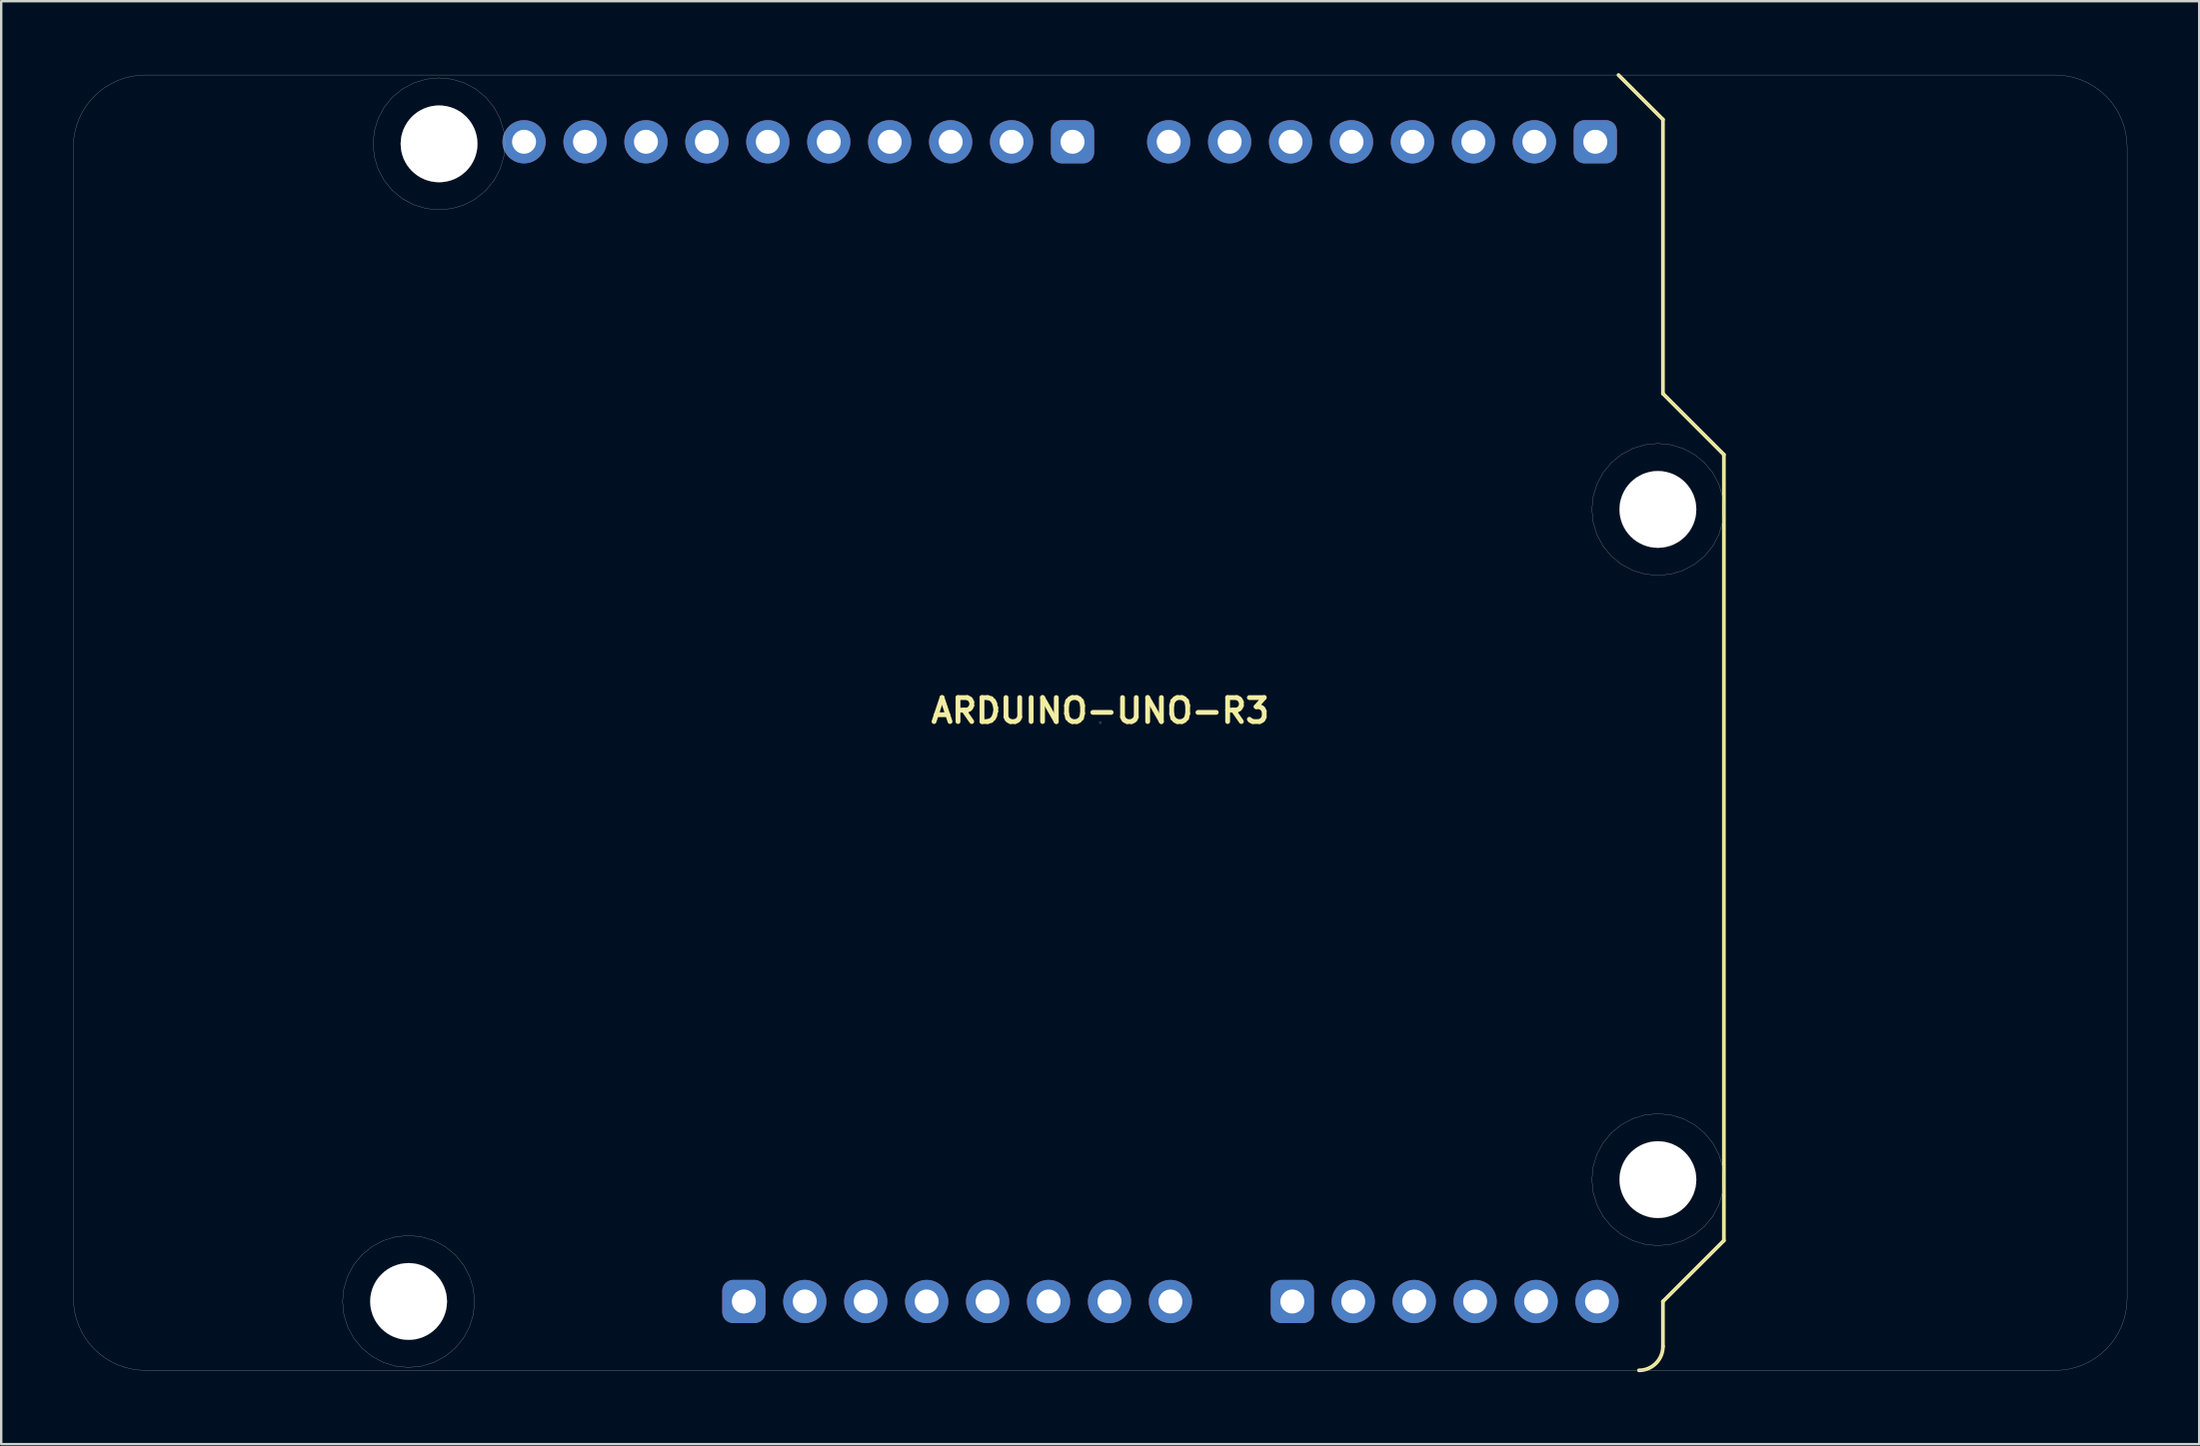
<source format=kicad_pcb>
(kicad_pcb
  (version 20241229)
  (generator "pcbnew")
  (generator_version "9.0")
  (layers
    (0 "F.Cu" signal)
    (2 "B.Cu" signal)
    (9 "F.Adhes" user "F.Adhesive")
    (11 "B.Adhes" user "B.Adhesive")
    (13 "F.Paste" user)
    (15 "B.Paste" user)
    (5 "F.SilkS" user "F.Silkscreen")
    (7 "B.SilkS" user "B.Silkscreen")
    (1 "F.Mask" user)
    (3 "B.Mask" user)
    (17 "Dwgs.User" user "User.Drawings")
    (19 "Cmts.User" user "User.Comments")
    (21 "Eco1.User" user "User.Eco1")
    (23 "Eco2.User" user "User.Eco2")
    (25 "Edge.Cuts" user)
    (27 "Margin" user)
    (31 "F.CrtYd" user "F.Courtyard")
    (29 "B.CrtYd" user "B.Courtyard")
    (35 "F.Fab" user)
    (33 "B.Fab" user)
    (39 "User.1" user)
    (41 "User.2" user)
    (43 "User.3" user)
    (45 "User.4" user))
  (footprint "ARDUINO-UNO-R3"
    (layer "F.Cu")
    (at 15.25 2.947)
    (property "Reference" "ARDUINO-UNO-R3" (at 27.558 23.631 0) (unlocked yes) (layer "F.SilkS") (effects (font (size 1 1) (thickness 0.2) (bold yes))))
    (attr through_hole)
    (fp_line (start 51.01 -1.016) (end 49.156 -2.87) (stroke (width 0.154) (type default)) (layer "F.SilkS"))
    (fp_line (start 51.01 10.414) (end 51.01 -1.016) (stroke (width 0.154) (type default)) (layer "F.SilkS"))
    (fp_line (start 51.01 48.26) (end 53.55 45.721) (stroke (width 0.154) (type default)) (layer "F.SilkS"))
    (fp_line (start 51.01 50.131) (end 51.01 48.26) (stroke (width 0.154) (type default)) (layer "F.SilkS"))
    (fp_line (start 53.55 12.955) (end 51.01 10.414) (stroke (width 0.154) (type default)) (layer "F.SilkS"))
    (fp_line (start 53.55 45.721) (end 53.55 12.955) (stroke (width 0.154) (type default)) (layer "F.SilkS"))
    (fp_arc (start 51.0099 50.1313) (mid 50.717007 50.838407) (end 50.0099 51.1313) (stroke (width 0.154) (type default)) (layer "F.SilkS"))
    (fp_line (start -15.24 48.131) (end -15.24 0.13) (stroke (width 0.01) (type default)) (layer "F.Fab"))
    (fp_line (start -15.24 48.131) (end -15.225 48.428) (stroke (width 0.01) (type default)) (layer "F.Fab"))
    (fp_line (start -15.23 -0.166) (end -15.245 0.13) (stroke (width 0.01) (type default)) (layer "F.Fab"))
    (fp_line (start -15.225 48.428) (end -15.182 48.719) (stroke (width 0.01) (type default)) (layer "F.Fab"))
    (fp_line (start -15.187 -0.458) (end -15.23 -0.166) (stroke (width 0.01) (type default)) (layer "F.Fab"))
    (fp_line (start -15.182 48.719) (end -15.11 49.004) (stroke (width 0.01) (type default)) (layer "F.Fab"))
    (fp_line (start -15.116 -0.742) (end -15.187 -0.458) (stroke (width 0.01) (type default)) (layer "F.Fab"))
    (fp_line (start -15.11 49.004) (end -15.012 49.279) (stroke (width 0.01) (type default)) (layer "F.Fab"))
    (fp_line (start -15.017 -1.018) (end -15.116 -0.742) (stroke (width 0.01) (type default)) (layer "F.Fab"))
    (fp_line (start -15.012 49.279) (end -14.887 49.544) (stroke (width 0.01) (type default)) (layer "F.Fab"))
    (fp_line (start -14.892 -1.282) (end -15.017 -1.018) (stroke (width 0.01) (type default)) (layer "F.Fab"))
    (fp_line (start -14.887 49.544) (end -14.736 49.795) (stroke (width 0.01) (type default)) (layer "F.Fab"))
    (fp_line (start -14.741 -1.534) (end -14.892 -1.282) (stroke (width 0.01) (type default)) (layer "F.Fab"))
    (fp_line (start -14.736 49.795) (end -14.561 50.032) (stroke (width 0.01) (type default)) (layer "F.Fab"))
    (fp_line (start -14.566 -1.771) (end -14.741 -1.534) (stroke (width 0.01) (type default)) (layer "F.Fab"))
    (fp_line (start -14.561 50.032) (end -14.362 50.252) (stroke (width 0.01) (type default)) (layer "F.Fab"))
    (fp_line (start -14.366 -1.991) (end -14.566 -1.771) (stroke (width 0.01) (type default)) (layer "F.Fab"))
    (fp_line (start -14.362 50.252) (end -14.142 50.451) (stroke (width 0.01) (type default)) (layer "F.Fab"))
    (fp_line (start -14.146 -2.19) (end -14.366 -1.991) (stroke (width 0.01) (type default)) (layer "F.Fab"))
    (fp_line (start -14.142 50.451) (end -13.905 50.627) (stroke (width 0.01) (type default)) (layer "F.Fab"))
    (fp_line (start -13.909 -2.365) (end -14.146 -2.19) (stroke (width 0.01) (type default)) (layer "F.Fab"))
    (fp_line (start -13.905 50.627) (end -13.653 50.777) (stroke (width 0.01) (type default)) (layer "F.Fab"))
    (fp_line (start -13.658 -2.516) (end -13.909 -2.365) (stroke (width 0.01) (type default)) (layer "F.Fab"))
    (fp_line (start -13.653 50.777) (end -13.389 50.903) (stroke (width 0.01) (type default)) (layer "F.Fab"))
    (fp_line (start -13.393 -2.641) (end -13.658 -2.516) (stroke (width 0.01) (type default)) (layer "F.Fab"))
    (fp_line (start -13.389 50.903) (end -13.113 51.001) (stroke (width 0.01) (type default)) (layer "F.Fab"))
    (fp_line (start -13.118 -2.74) (end -13.393 -2.641) (stroke (width 0.01) (type default)) (layer "F.Fab"))
    (fp_line (start -13.113 51.001) (end -12.829 51.073) (stroke (width 0.01) (type default)) (layer "F.Fab"))
    (fp_line (start -12.834 -2.812) (end -13.118 -2.74) (stroke (width 0.01) (type default)) (layer "F.Fab"))
    (fp_line (start -12.829 51.073) (end -12.537 51.117) (stroke (width 0.01) (type default)) (layer "F.Fab"))
    (fp_line (start -12.542 -2.855) (end -12.834 -2.812) (stroke (width 0.01) (type default)) (layer "F.Fab"))
    (fp_line (start -12.537 51.117) (end -12.241 51.131) (stroke (width 0.01) (type default)) (layer "F.Fab"))
    (fp_line (start -12.245 -2.87) (end -12.542 -2.855) (stroke (width 0.01) (type default)) (layer "F.Fab"))
    (fp_line (start -12.245 -2.87) (end 67.356 -2.87) (stroke (width 0.01) (type default)) (layer "F.Fab"))
    (fp_line (start -12.241 51.131) (end 67.345 51.131) (stroke (width 0.01) (type default)) (layer "F.Fab"))
    (fp_line (start -4.021 48.26) (end -3.968 48.797) (stroke (width 0.01) (type default)) (layer "F.Fab"))
    (fp_line (start -3.968 47.724) (end -4.021 48.26) (stroke (width 0.01) (type default)) (layer "F.Fab"))
    (fp_line (start -3.968 48.797) (end -3.811 49.313) (stroke (width 0.01) (type default)) (layer "F.Fab"))
    (fp_line (start -3.811 47.208) (end -3.968 47.724) (stroke (width 0.01) (type default)) (layer "F.Fab"))
    (fp_line (start -3.811 49.313) (end -3.557 49.788) (stroke (width 0.01) (type default)) (layer "F.Fab"))
    (fp_line (start -3.557 46.732) (end -3.811 47.208) (stroke (width 0.01) (type default)) (layer "F.Fab"))
    (fp_line (start -3.557 49.788) (end -3.215 50.205) (stroke (width 0.01) (type default)) (layer "F.Fab"))
    (fp_line (start -3.215 46.316) (end -3.557 46.732) (stroke (width 0.01) (type default)) (layer "F.Fab"))
    (fp_line (start -3.215 50.205) (end -2.798 50.547) (stroke (width 0.01) (type default)) (layer "F.Fab"))
    (fp_line (start -2.87 48.26) (end -2.84 48.572) (stroke (width 0.01) (type default)) (layer "F.Fab"))
    (fp_line (start -2.84 47.948) (end -2.87 48.26) (stroke (width 0.01) (type default)) (layer "F.Fab"))
    (fp_line (start -2.84 48.572) (end -2.749 48.872) (stroke (width 0.01) (type default)) (layer "F.Fab"))
    (fp_line (start -2.798 45.974) (end -3.215 46.316) (stroke (width 0.01) (type default)) (layer "F.Fab"))
    (fp_line (start -2.798 50.547) (end -2.323 50.801) (stroke (width 0.01) (type default)) (layer "F.Fab"))
    (fp_line (start -2.75 0) (end -2.697 0.536) (stroke (width 0.01) (type default)) (layer "F.Fab"))
    (fp_line (start -2.749 47.648) (end -2.84 47.948) (stroke (width 0.01) (type default)) (layer "F.Fab"))
    (fp_line (start -2.749 48.872) (end -2.601 49.149) (stroke (width 0.01) (type default)) (layer "F.Fab"))
    (fp_line (start -2.697 -0.536) (end -2.75 0) (stroke (width 0.01) (type default)) (layer "F.Fab"))
    (fp_line (start -2.697 0.536) (end -2.541 1.052) (stroke (width 0.01) (type default)) (layer "F.Fab"))
    (fp_line (start -2.601 47.371) (end -2.749 47.648) (stroke (width 0.01) (type default)) (layer "F.Fab"))
    (fp_line (start -2.601 49.149) (end -2.402 49.392) (stroke (width 0.01) (type default)) (layer "F.Fab"))
    (fp_line (start -2.541 -1.052) (end -2.697 -0.536) (stroke (width 0.01) (type default)) (layer "F.Fab"))
    (fp_line (start -2.541 1.052) (end -2.287 1.528) (stroke (width 0.01) (type default)) (layer "F.Fab"))
    (fp_line (start -2.402 47.129) (end -2.601 47.371) (stroke (width 0.01) (type default)) (layer "F.Fab"))
    (fp_line (start -2.402 49.392) (end -2.159 49.591) (stroke (width 0.01) (type default)) (layer "F.Fab"))
    (fp_line (start -2.323 45.72) (end -2.798 45.974) (stroke (width 0.01) (type default)) (layer "F.Fab"))
    (fp_line (start -2.323 50.801) (end -1.807 50.957) (stroke (width 0.01) (type default)) (layer "F.Fab"))
    (fp_line (start -2.287 -1.528) (end -2.541 -1.052) (stroke (width 0.01) (type default)) (layer "F.Fab"))
    (fp_line (start -2.287 1.528) (end -1.945 1.945) (stroke (width 0.01) (type default)) (layer "F.Fab"))
    (fp_line (start -2.159 46.93) (end -2.402 47.129) (stroke (width 0.01) (type default)) (layer "F.Fab"))
    (fp_line (start -2.159 49.591) (end -1.883 49.738) (stroke (width 0.01) (type default)) (layer "F.Fab"))
    (fp_line (start -1.945 -1.945) (end -2.287 -1.528) (stroke (width 0.01) (type default)) (layer "F.Fab"))
    (fp_line (start -1.945 1.945) (end -1.528 2.287) (stroke (width 0.01) (type default)) (layer "F.Fab"))
    (fp_line (start -1.883 46.782) (end -2.159 46.93) (stroke (width 0.01) (type default)) (layer "F.Fab"))
    (fp_line (start -1.883 49.738) (end -1.583 49.829) (stroke (width 0.01) (type default)) (layer "F.Fab"))
    (fp_line (start -1.807 45.563) (end -2.323 45.72) (stroke (width 0.01) (type default)) (layer "F.Fab"))
    (fp_line (start -1.807 50.957) (end -1.27 51.01) (stroke (width 0.01) (type default)) (layer "F.Fab"))
    (fp_line (start -1.771 48.26) (end -0.77 48.26) (stroke (width 0.01) (type default)) (layer "F.Fab"))
    (fp_line (start -1.6 0) (end -1.569 0.312) (stroke (width 0.01) (type default)) (layer "F.Fab"))
    (fp_line (start -1.583 46.691) (end -1.883 46.782) (stroke (width 0.01) (type default)) (layer "F.Fab"))
    (fp_line (start -1.583 49.829) (end -1.27 49.86) (stroke (width 0.01) (type default)) (layer "F.Fab"))
    (fp_line (start -1.569 -0.312) (end -1.6 0) (stroke (width 0.01) (type default)) (layer "F.Fab"))
    (fp_line (start -1.569 0.312) (end -1.478 0.612) (stroke (width 0.01) (type default)) (layer "F.Fab"))
    (fp_line (start -1.528 -2.287) (end -1.945 -1.945) (stroke (width 0.01) (type default)) (layer "F.Fab"))
    (fp_line (start -1.528 2.287) (end -1.052 2.541) (stroke (width 0.01) (type default)) (layer "F.Fab"))
    (fp_line (start -1.478 -0.612) (end -1.569 -0.312) (stroke (width 0.01) (type default)) (layer "F.Fab"))
    (fp_line (start -1.478 0.612) (end -1.33 0.889) (stroke (width 0.01) (type default)) (layer "F.Fab"))
    (fp_line (start -1.33 -0.889) (end -1.478 -0.612) (stroke (width 0.01) (type default)) (layer "F.Fab"))
    (fp_line (start -1.33 0.889) (end -1.131 1.131) (stroke (width 0.01) (type default)) (layer "F.Fab"))
    (fp_line (start -1.27 45.51) (end -1.807 45.563) (stroke (width 0.01) (type default)) (layer "F.Fab"))
    (fp_line (start -1.27 46.66) (end -1.583 46.691) (stroke (width 0.01) (type default)) (layer "F.Fab"))
    (fp_line (start -1.27 48.76) (end -1.27 47.76) (stroke (width 0.01) (type default)) (layer "F.Fab"))
    (fp_line (start -1.27 49.86) (end -0.958 49.829) (stroke (width 0.01) (type default)) (layer "F.Fab"))
    (fp_line (start -1.27 51.01) (end -0.734 50.957) (stroke (width 0.01) (type default)) (layer "F.Fab"))
    (fp_line (start -1.131 -1.131) (end -1.33 -0.889) (stroke (width 0.01) (type default)) (layer "F.Fab"))
    (fp_line (start -1.131 1.131) (end -0.889 1.33) (stroke (width 0.01) (type default)) (layer "F.Fab"))
    (fp_line (start -1.052 -2.541) (end -1.528 -2.287) (stroke (width 0.01) (type default)) (layer "F.Fab"))
    (fp_line (start -1.052 2.541) (end -0.536 2.697) (stroke (width 0.01) (type default)) (layer "F.Fab"))
    (fp_line (start -0.958 46.691) (end -1.27 46.66) (stroke (width 0.01) (type default)) (layer "F.Fab"))
    (fp_line (start -0.958 49.829) (end -0.658 49.738) (stroke (width 0.01) (type default)) (layer "F.Fab"))
    (fp_line (start -0.889 -1.33) (end -1.131 -1.131) (stroke (width 0.01) (type default)) (layer "F.Fab"))
    (fp_line (start -0.889 1.33) (end -0.612 1.478) (stroke (width 0.01) (type default)) (layer "F.Fab"))
    (fp_line (start -0.734 45.563) (end -1.27 45.51) (stroke (width 0.01) (type default)) (layer "F.Fab"))
    (fp_line (start -0.734 50.957) (end -0.218 50.801) (stroke (width 0.01) (type default)) (layer "F.Fab"))
    (fp_line (start -0.658 46.782) (end -0.958 46.691) (stroke (width 0.01) (type default)) (layer "F.Fab"))
    (fp_line (start -0.658 49.738) (end -0.382 49.591) (stroke (width 0.01) (type default)) (layer "F.Fab"))
    (fp_line (start -0.612 -1.478) (end -0.889 -1.33) (stroke (width 0.01) (type default)) (layer "F.Fab"))
    (fp_line (start -0.612 1.478) (end -0.312 1.569) (stroke (width 0.01) (type default)) (layer "F.Fab"))
    (fp_line (start -0.536 -2.697) (end -1.052 -2.541) (stroke (width 0.01) (type default)) (layer "F.Fab"))
    (fp_line (start -0.536 2.697) (end 0 2.75) (stroke (width 0.01) (type default)) (layer "F.Fab"))
    (fp_line (start -0.5 0) (end 0.5 0) (stroke (width 0.01) (type default)) (layer "F.Fab"))
    (fp_line (start -0.382 46.93) (end -0.658 46.782) (stroke (width 0.01) (type default)) (layer "F.Fab"))
    (fp_line (start -0.382 49.591) (end -0.139 49.392) (stroke (width 0.01) (type default)) (layer "F.Fab"))
    (fp_line (start -0.312 -1.569) (end -0.612 -1.478) (stroke (width 0.01) (type default)) (layer "F.Fab"))
    (fp_line (start -0.312 1.569) (end 0 1.6) (stroke (width 0.01) (type default)) (layer "F.Fab"))
    (fp_line (start -0.218 45.72) (end -0.734 45.563) (stroke (width 0.01) (type default)) (layer "F.Fab"))
    (fp_line (start -0.218 50.801) (end 0.257 50.547) (stroke (width 0.01) (type default)) (layer "F.Fab"))
    (fp_line (start -0.139 47.129) (end -0.382 46.93) (stroke (width 0.01) (type default)) (layer "F.Fab"))
    (fp_line (start -0.139 49.392) (end 0.06 49.149) (stroke (width 0.01) (type default)) (layer "F.Fab"))
    (fp_line (start 0 -2.75) (end -0.536 -2.697) (stroke (width 0.01) (type default)) (layer "F.Fab"))
    (fp_line (start 0 -1.6) (end -0.312 -1.569) (stroke (width 0.01) (type default)) (layer "F.Fab"))
    (fp_line (start 0 0.5) (end 0 -0.5) (stroke (width 0.01) (type default)) (layer "F.Fab"))
    (fp_line (start 0 1.6) (end 0.312 1.569) (stroke (width 0.01) (type default)) (layer "F.Fab"))
    (fp_line (start 0 2.75) (end 0.536 2.697) (stroke (width 0.01) (type default)) (layer "F.Fab"))
    (fp_line (start 0.06 47.371) (end -0.139 47.129) (stroke (width 0.01) (type default)) (layer "F.Fab"))
    (fp_line (start 0.06 49.149) (end 0.208 48.872) (stroke (width 0.01) (type default)) (layer "F.Fab"))
    (fp_line (start 0.208 47.648) (end 0.06 47.371) (stroke (width 0.01) (type default)) (layer "F.Fab"))
    (fp_line (start 0.208 48.872) (end 0.299 48.572) (stroke (width 0.01) (type default)) (layer "F.Fab"))
    (fp_line (start 0.257 45.974) (end -0.218 45.72) (stroke (width 0.01) (type default)) (layer "F.Fab"))
    (fp_line (start 0.257 50.547) (end 0.674 50.205) (stroke (width 0.01) (type default)) (layer "F.Fab"))
    (fp_line (start 0.299 47.948) (end 0.208 47.648) (stroke (width 0.01) (type default)) (layer "F.Fab"))
    (fp_line (start 0.299 48.572) (end 0.33 48.26) (stroke (width 0.01) (type default)) (layer "F.Fab"))
    (fp_line (start 0.312 -1.569) (end 0 -1.6) (stroke (width 0.01) (type default)) (layer "F.Fab"))
    (fp_line (start 0.312 1.569) (end 0.612 1.478) (stroke (width 0.01) (type default)) (layer "F.Fab"))
    (fp_line (start 0.33 48.26) (end 0.299 47.948) (stroke (width 0.01) (type default)) (layer "F.Fab"))
    (fp_line (start 0.536 -2.697) (end 0 -2.75) (stroke (width 0.01) (type default)) (layer "F.Fab"))
    (fp_line (start 0.536 2.697) (end 1.052 2.541) (stroke (width 0.01) (type default)) (layer "F.Fab"))
    (fp_line (start 0.612 -1.478) (end 0.312 -1.569) (stroke (width 0.01) (type default)) (layer "F.Fab"))
    (fp_line (start 0.612 1.478) (end 0.889 1.33) (stroke (width 0.01) (type default)) (layer "F.Fab"))
    (fp_line (start 0.674 46.316) (end 0.257 45.974) (stroke (width 0.01) (type default)) (layer "F.Fab"))
    (fp_line (start 0.674 50.205) (end 1.016 49.788) (stroke (width 0.01) (type default)) (layer "F.Fab"))
    (fp_line (start 0.889 -1.33) (end 0.612 -1.478) (stroke (width 0.01) (type default)) (layer "F.Fab"))
    (fp_line (start 0.889 1.33) (end 1.131 1.131) (stroke (width 0.01) (type default)) (layer "F.Fab"))
    (fp_line (start 1.016 46.732) (end 0.674 46.316) (stroke (width 0.01) (type default)) (layer "F.Fab"))
    (fp_line (start 1.016 49.788) (end 1.27 49.313) (stroke (width 0.01) (type default)) (layer "F.Fab"))
    (fp_line (start 1.052 -2.541) (end 0.536 -2.697) (stroke (width 0.01) (type default)) (layer "F.Fab"))
    (fp_line (start 1.052 2.541) (end 1.528 2.287) (stroke (width 0.01) (type default)) (layer "F.Fab"))
    (fp_line (start 1.131 -1.131) (end 0.889 -1.33) (stroke (width 0.01) (type default)) (layer "F.Fab"))
    (fp_line (start 1.131 1.131) (end 1.33 0.889) (stroke (width 0.01) (type default)) (layer "F.Fab"))
    (fp_line (start 1.27 47.208) (end 1.016 46.732) (stroke (width 0.01) (type default)) (layer "F.Fab"))
    (fp_line (start 1.27 49.313) (end 1.427 48.797) (stroke (width 0.01) (type default)) (layer "F.Fab"))
    (fp_line (start 1.33 -0.889) (end 1.131 -1.131) (stroke (width 0.01) (type default)) (layer "F.Fab"))
    (fp_line (start 1.33 0.889) (end 1.478 0.612) (stroke (width 0.01) (type default)) (layer "F.Fab"))
    (fp_line (start 1.427 47.724) (end 1.27 47.208) (stroke (width 0.01) (type default)) (layer "F.Fab"))
    (fp_line (start 1.427 48.797) (end 1.48 48.26) (stroke (width 0.01) (type default)) (layer "F.Fab"))
    (fp_line (start 1.478 -0.612) (end 1.33 -0.889) (stroke (width 0.01) (type default)) (layer "F.Fab"))
    (fp_line (start 1.478 0.612) (end 1.569 0.312) (stroke (width 0.01) (type default)) (layer "F.Fab"))
    (fp_line (start 1.48 48.26) (end 1.427 47.724) (stroke (width 0.01) (type default)) (layer "F.Fab"))
    (fp_line (start 1.528 -2.287) (end 1.052 -2.541) (stroke (width 0.01) (type default)) (layer "F.Fab"))
    (fp_line (start 1.528 2.287) (end 1.945 1.945) (stroke (width 0.01) (type default)) (layer "F.Fab"))
    (fp_line (start 1.569 -0.312) (end 1.478 -0.612) (stroke (width 0.01) (type default)) (layer "F.Fab"))
    (fp_line (start 1.569 0.312) (end 1.6 0) (stroke (width 0.01) (type default)) (layer "F.Fab"))
    (fp_line (start 1.6 0) (end 1.569 -0.312) (stroke (width 0.01) (type default)) (layer "F.Fab"))
    (fp_line (start 1.945 -1.945) (end 1.528 -2.287) (stroke (width 0.01) (type default)) (layer "F.Fab"))
    (fp_line (start 1.945 1.945) (end 2.287 1.528) (stroke (width 0.01) (type default)) (layer "F.Fab"))
    (fp_line (start 2.287 -1.528) (end 1.945 -1.945) (stroke (width 0.01) (type default)) (layer "F.Fab"))
    (fp_line (start 2.287 1.528) (end 2.541 1.052) (stroke (width 0.01) (type default)) (layer "F.Fab"))
    (fp_line (start 2.541 -1.052) (end 2.287 -1.528) (stroke (width 0.01) (type default)) (layer "F.Fab"))
    (fp_line (start 2.541 1.052) (end 2.697 0.536) (stroke (width 0.01) (type default)) (layer "F.Fab"))
    (fp_line (start 2.697 -0.536) (end 2.541 -1.052) (stroke (width 0.01) (type default)) (layer "F.Fab"))
    (fp_line (start 2.697 0.536) (end 2.75 0) (stroke (width 0.01) (type default)) (layer "F.Fab"))
    (fp_line (start 2.75 0) (end 2.697 -0.536) (stroke (width 0.01) (type default)) (layer "F.Fab"))
    (fp_line (start 3.043 -0.087) (end 4.04 -0.087) (stroke (width 0.01) (type default)) (layer "F.Fab"))
    (fp_line (start 3.54 0.413) (end 3.54 -0.589) (stroke (width 0.01) (type default)) (layer "F.Fab"))
    (fp_line (start 12.203 48.261) (end 13.203 48.261) (stroke (width 0.01) (type default)) (layer "F.Fab"))
    (fp_line (start 12.703 48.761) (end 12.703 47.761) (stroke (width 0.01) (type default)) (layer "F.Fab"))
    (fp_line (start 27.508 24.081) (end 27.608 24.181) (stroke (width 0.01) (type default)) (layer "F.Fab"))
    (fp_line (start 27.608 24.081) (end 27.508 24.181) (stroke (width 0.01) (type default)) (layer "F.Fab"))
    (fp_line (start 29.91 -0.087) (end 30.909 -0.087) (stroke (width 0.01) (type default)) (layer "F.Fab"))
    (fp_line (start 30.409 0.413) (end 30.409 -0.589) (stroke (width 0.01) (type default)) (layer "F.Fab"))
    (fp_line (start 35.061 48.261) (end 36.063 48.261) (stroke (width 0.01) (type default)) (layer "F.Fab"))
    (fp_line (start 35.563 48.761) (end 35.563 47.761) (stroke (width 0.01) (type default)) (layer "F.Fab"))
    (fp_line (start 48.05 15.24) (end 48.103 15.777) (stroke (width 0.01) (type default)) (layer "F.Fab"))
    (fp_line (start 48.05 43.181) (end 48.103 43.717) (stroke (width 0.01) (type default)) (layer "F.Fab"))
    (fp_line (start 48.103 14.704) (end 48.05 15.24) (stroke (width 0.01) (type default)) (layer "F.Fab"))
    (fp_line (start 48.103 15.777) (end 48.259 16.293) (stroke (width 0.01) (type default)) (layer "F.Fab"))
    (fp_line (start 48.103 42.644) (end 48.05 43.181) (stroke (width 0.01) (type default)) (layer "F.Fab"))
    (fp_line (start 48.103 43.717) (end 48.259 44.233) (stroke (width 0.01) (type default)) (layer "F.Fab"))
    (fp_line (start 48.259 14.188) (end 48.103 14.704) (stroke (width 0.01) (type default)) (layer "F.Fab"))
    (fp_line (start 48.259 16.293) (end 48.513 16.768) (stroke (width 0.01) (type default)) (layer "F.Fab"))
    (fp_line (start 48.259 42.128) (end 48.103 42.644) (stroke (width 0.01) (type default)) (layer "F.Fab"))
    (fp_line (start 48.259 44.233) (end 48.513 44.709) (stroke (width 0.01) (type default)) (layer "F.Fab"))
    (fp_line (start 48.513 13.712) (end 48.259 14.188) (stroke (width 0.01) (type default)) (layer "F.Fab"))
    (fp_line (start 48.513 16.768) (end 48.855 17.185) (stroke (width 0.01) (type default)) (layer "F.Fab"))
    (fp_line (start 48.513 41.653) (end 48.259 42.128) (stroke (width 0.01) (type default)) (layer "F.Fab"))
    (fp_line (start 48.513 44.709) (end 48.855 45.125) (stroke (width 0.01) (type default)) (layer "F.Fab"))
    (fp_line (start 48.855 13.296) (end 48.513 13.712) (stroke (width 0.01) (type default)) (layer "F.Fab"))
    (fp_line (start 48.855 17.185) (end 49.272 17.527) (stroke (width 0.01) (type default)) (layer "F.Fab"))
    (fp_line (start 48.855 41.236) (end 48.513 41.653) (stroke (width 0.01) (type default)) (layer "F.Fab"))
    (fp_line (start 48.855 45.125) (end 49.272 45.467) (stroke (width 0.01) (type default)) (layer "F.Fab"))
    (fp_line (start 49.156 -2.87) (end 51.01 -1.016) (stroke (width 0.01) (type default)) (layer "F.Fab"))
    (fp_line (start 49.2 15.24) (end 49.231 15.552) (stroke (width 0.01) (type default)) (layer "F.Fab"))
    (fp_line (start 49.2 43.181) (end 49.231 43.493) (stroke (width 0.01) (type default)) (layer "F.Fab"))
    (fp_line (start 49.231 14.928) (end 49.2 15.24) (stroke (width 0.01) (type default)) (layer "F.Fab"))
    (fp_line (start 49.231 15.552) (end 49.322 15.853) (stroke (width 0.01) (type default)) (layer "F.Fab"))
    (fp_line (start 49.231 42.869) (end 49.2 43.181) (stroke (width 0.01) (type default)) (layer "F.Fab"))
    (fp_line (start 49.231 43.493) (end 49.322 43.793) (stroke (width 0.01) (type default)) (layer "F.Fab"))
    (fp_line (start 49.272 12.954) (end 48.855 13.296) (stroke (width 0.01) (type default)) (layer "F.Fab"))
    (fp_line (start 49.272 17.527) (end 49.748 17.781) (stroke (width 0.01) (type default)) (layer "F.Fab"))
    (fp_line (start 49.272 40.894) (end 48.855 41.236) (stroke (width 0.01) (type default)) (layer "F.Fab"))
    (fp_line (start 49.272 45.467) (end 49.748 45.721) (stroke (width 0.01) (type default)) (layer "F.Fab"))
    (fp_line (start 49.322 14.628) (end 49.231 14.928) (stroke (width 0.01) (type default)) (layer "F.Fab"))
    (fp_line (start 49.322 15.853) (end 49.47 16.129) (stroke (width 0.01) (type default)) (layer "F.Fab"))
    (fp_line (start 49.322 42.569) (end 49.231 42.869) (stroke (width 0.01) (type default)) (layer "F.Fab"))
    (fp_line (start 49.322 43.793) (end 49.47 44.07) (stroke (width 0.01) (type default)) (layer "F.Fab"))
    (fp_line (start 49.47 14.351) (end 49.322 14.628) (stroke (width 0.01) (type default)) (layer "F.Fab"))
    (fp_line (start 49.47 16.129) (end 49.669 16.372) (stroke (width 0.01) (type default)) (layer "F.Fab"))
    (fp_line (start 49.47 42.292) (end 49.322 42.569) (stroke (width 0.01) (type default)) (layer "F.Fab"))
    (fp_line (start 49.47 44.07) (end 49.669 44.312) (stroke (width 0.01) (type default)) (layer "F.Fab"))
    (fp_line (start 49.669 14.109) (end 49.47 14.351) (stroke (width 0.01) (type default)) (layer "F.Fab"))
    (fp_line (start 49.669 16.372) (end 49.911 16.571) (stroke (width 0.01) (type default)) (layer "F.Fab"))
    (fp_line (start 49.669 42.049) (end 49.47 42.292) (stroke (width 0.01) (type default)) (layer "F.Fab"))
    (fp_line (start 49.669 44.312) (end 49.911 44.511) (stroke (width 0.01) (type default)) (layer "F.Fab"))
    (fp_line (start 49.748 12.7) (end 49.272 12.954) (stroke (width 0.01) (type default)) (layer "F.Fab"))
    (fp_line (start 49.748 17.781) (end 50.264 17.937) (stroke (width 0.01) (type default)) (layer "F.Fab"))
    (fp_line (start 49.748 40.64) (end 49.272 40.894) (stroke (width 0.01) (type default)) (layer "F.Fab"))
    (fp_line (start 49.748 45.721) (end 50.264 45.878) (stroke (width 0.01) (type default)) (layer "F.Fab"))
    (fp_line (start 49.911 13.91) (end 49.669 14.109) (stroke (width 0.01) (type default)) (layer "F.Fab"))
    (fp_line (start 49.911 16.571) (end 50.188 16.719) (stroke (width 0.01) (type default)) (layer "F.Fab"))
    (fp_line (start 49.911 41.85) (end 49.669 42.049) (stroke (width 0.01) (type default)) (layer "F.Fab"))
    (fp_line (start 49.911 44.511) (end 50.188 44.659) (stroke (width 0.01) (type default)) (layer "F.Fab"))
    (fp_line (start 50.188 13.762) (end 49.911 13.91) (stroke (width 0.01) (type default)) (layer "F.Fab"))
    (fp_line (start 50.188 16.719) (end 50.488 16.81) (stroke (width 0.01) (type default)) (layer "F.Fab"))
    (fp_line (start 50.188 41.703) (end 49.911 41.85) (stroke (width 0.01) (type default)) (layer "F.Fab"))
    (fp_line (start 50.188 44.659) (end 50.488 44.75) (stroke (width 0.01) (type default)) (layer "F.Fab"))
    (fp_line (start 50.211 51.111) (end 50.01 51.131) (stroke (width 0.01) (type default)) (layer "F.Fab"))
    (fp_line (start 50.264 12.543) (end 49.748 12.7) (stroke (width 0.01) (type default)) (layer "F.Fab"))
    (fp_line (start 50.264 17.937) (end 50.8 17.99) (stroke (width 0.01) (type default)) (layer "F.Fab"))
    (fp_line (start 50.264 40.484) (end 49.748 40.64) (stroke (width 0.01) (type default)) (layer "F.Fab"))
    (fp_line (start 50.264 45.878) (end 50.8 45.931) (stroke (width 0.01) (type default)) (layer "F.Fab"))
    (fp_line (start 50.3 15.24) (end 51.3 15.24) (stroke (width 0.01) (type default)) (layer "F.Fab"))
    (fp_line (start 50.3 43.181) (end 51.3 43.181) (stroke (width 0.01) (type default)) (layer "F.Fab"))
    (fp_line (start 50.399 51.053) (end 50.211 51.111) (stroke (width 0.01) (type default)) (layer "F.Fab"))
    (fp_line (start 50.488 13.671) (end 50.188 13.762) (stroke (width 0.01) (type default)) (layer "F.Fab"))
    (fp_line (start 50.488 16.81) (end 50.8 16.84) (stroke (width 0.01) (type default)) (layer "F.Fab"))
    (fp_line (start 50.488 41.612) (end 50.188 41.703) (stroke (width 0.01) (type default)) (layer "F.Fab"))
    (fp_line (start 50.488 44.75) (end 50.8 44.781) (stroke (width 0.01) (type default)) (layer "F.Fab"))
    (fp_line (start 50.569 50.961) (end 50.399 51.053) (stroke (width 0.01) (type default)) (layer "F.Fab"))
    (fp_line (start 50.717 50.838) (end 50.569 50.961) (stroke (width 0.01) (type default)) (layer "F.Fab"))
    (fp_line (start 50.8 12.49) (end 50.264 12.543) (stroke (width 0.01) (type default)) (layer "F.Fab"))
    (fp_line (start 50.8 13.64) (end 50.488 13.671) (stroke (width 0.01) (type default)) (layer "F.Fab"))
    (fp_line (start 50.8 15.741) (end 50.8 14.74) (stroke (width 0.01) (type default)) (layer "F.Fab"))
    (fp_line (start 50.8 16.84) (end 51.112 16.81) (stroke (width 0.01) (type default)) (layer "F.Fab"))
    (fp_line (start 50.8 17.99) (end 51.336 17.937) (stroke (width 0.01) (type default)) (layer "F.Fab"))
    (fp_line (start 50.8 40.431) (end 50.264 40.484) (stroke (width 0.01) (type default)) (layer "F.Fab"))
    (fp_line (start 50.8 41.581) (end 50.488 41.612) (stroke (width 0.01) (type default)) (layer "F.Fab"))
    (fp_line (start 50.8 43.681) (end 50.8 42.681) (stroke (width 0.01) (type default)) (layer "F.Fab"))
    (fp_line (start 50.8 44.781) (end 51.112 44.75) (stroke (width 0.01) (type default)) (layer "F.Fab"))
    (fp_line (start 50.8 45.931) (end 51.336 45.878) (stroke (width 0.01) (type default)) (layer "F.Fab"))
    (fp_line (start 50.839 50.69) (end 50.717 50.838) (stroke (width 0.01) (type default)) (layer "F.Fab"))
    (fp_line (start 50.931 50.521) (end 50.839 50.69) (stroke (width 0.01) (type default)) (layer "F.Fab"))
    (fp_line (start 50.99 50.333) (end 50.931 50.521) (stroke (width 0.01) (type default)) (layer "F.Fab"))
    (fp_line (start 51.01 50.131) (end 50.99 50.333) (stroke (width 0.01) (type default)) (layer "F.Fab"))
    (fp_line (start 51.01 10.414) (end 51.01 -1.016) (stroke (width 0.01) (type default)) (layer "F.Fab"))
    (fp_line (start 51.01 10.414) (end 53.55 12.955) (stroke (width 0.01) (type default)) (layer "F.Fab"))
    (fp_line (start 51.01 48.26) (end 53.55 45.721) (stroke (width 0.01) (type default)) (layer "F.Fab"))
    (fp_line (start 51.01 50.131) (end 51.01 48.26) (stroke (width 0.01) (type default)) (layer "F.Fab"))
    (fp_line (start 51.112 13.671) (end 50.8 13.64) (stroke (width 0.01) (type default)) (layer "F.Fab"))
    (fp_line (start 51.112 16.81) (end 51.412 16.719) (stroke (width 0.01) (type default)) (layer "F.Fab"))
    (fp_line (start 51.112 41.612) (end 50.8 41.581) (stroke (width 0.01) (type default)) (layer "F.Fab"))
    (fp_line (start 51.112 44.75) (end 51.412 44.659) (stroke (width 0.01) (type default)) (layer "F.Fab"))
    (fp_line (start 51.336 12.543) (end 50.8 12.49) (stroke (width 0.01) (type default)) (layer "F.Fab"))
    (fp_line (start 51.336 17.937) (end 51.852 17.781) (stroke (width 0.01) (type default)) (layer "F.Fab"))
    (fp_line (start 51.336 40.484) (end 50.8 40.431) (stroke (width 0.01) (type default)) (layer "F.Fab"))
    (fp_line (start 51.336 45.878) (end 51.852 45.721) (stroke (width 0.01) (type default)) (layer "F.Fab"))
    (fp_line (start 51.412 13.762) (end 51.112 13.671) (stroke (width 0.01) (type default)) (layer "F.Fab"))
    (fp_line (start 51.412 16.719) (end 51.689 16.571) (stroke (width 0.01) (type default)) (layer "F.Fab"))
    (fp_line (start 51.412 41.703) (end 51.112 41.612) (stroke (width 0.01) (type default)) (layer "F.Fab"))
    (fp_line (start 51.412 44.659) (end 51.689 44.511) (stroke (width 0.01) (type default)) (layer "F.Fab"))
    (fp_line (start 51.689 13.91) (end 51.412 13.762) (stroke (width 0.01) (type default)) (layer "F.Fab"))
    (fp_line (start 51.689 16.571) (end 51.931 16.372) (stroke (width 0.01) (type default)) (layer "F.Fab"))
    (fp_line (start 51.689 41.85) (end 51.412 41.703) (stroke (width 0.01) (type default)) (layer "F.Fab"))
    (fp_line (start 51.689 44.511) (end 51.931 44.312) (stroke (width 0.01) (type default)) (layer "F.Fab"))
    (fp_line (start 51.852 12.7) (end 51.336 12.543) (stroke (width 0.01) (type default)) (layer "F.Fab"))
    (fp_line (start 51.852 17.781) (end 52.328 17.527) (stroke (width 0.01) (type default)) (layer "F.Fab"))
    (fp_line (start 51.852 40.64) (end 51.336 40.484) (stroke (width 0.01) (type default)) (layer "F.Fab"))
    (fp_line (start 51.852 45.721) (end 52.328 45.467) (stroke (width 0.01) (type default)) (layer "F.Fab"))
    (fp_line (start 51.931 14.109) (end 51.689 13.91) (stroke (width 0.01) (type default)) (layer "F.Fab"))
    (fp_line (start 51.931 16.372) (end 52.13 16.129) (stroke (width 0.01) (type default)) (layer "F.Fab"))
    (fp_line (start 51.931 42.049) (end 51.689 41.85) (stroke (width 0.01) (type default)) (layer "F.Fab"))
    (fp_line (start 51.931 44.312) (end 52.13 44.07) (stroke (width 0.01) (type default)) (layer "F.Fab"))
    (fp_line (start 52.13 14.351) (end 51.931 14.109) (stroke (width 0.01) (type default)) (layer "F.Fab"))
    (fp_line (start 52.13 16.129) (end 52.278 15.853) (stroke (width 0.01) (type default)) (layer "F.Fab"))
    (fp_line (start 52.13 42.292) (end 51.931 42.049) (stroke (width 0.01) (type default)) (layer "F.Fab"))
    (fp_line (start 52.13 44.07) (end 52.278 43.793) (stroke (width 0.01) (type default)) (layer "F.Fab"))
    (fp_line (start 52.278 14.628) (end 52.13 14.351) (stroke (width 0.01) (type default)) (layer "F.Fab"))
    (fp_line (start 52.278 15.853) (end 52.369 15.552) (stroke (width 0.01) (type default)) (layer "F.Fab"))
    (fp_line (start 52.278 42.569) (end 52.13 42.292) (stroke (width 0.01) (type default)) (layer "F.Fab"))
    (fp_line (start 52.278 43.793) (end 52.369 43.493) (stroke (width 0.01) (type default)) (layer "F.Fab"))
    (fp_line (start 52.328 12.954) (end 51.852 12.7) (stroke (width 0.01) (type default)) (layer "F.Fab"))
    (fp_line (start 52.328 17.527) (end 52.745 17.185) (stroke (width 0.01) (type default)) (layer "F.Fab"))
    (fp_line (start 52.328 40.894) (end 51.852 40.64) (stroke (width 0.01) (type default)) (layer "F.Fab"))
    (fp_line (start 52.328 45.467) (end 52.745 45.125) (stroke (width 0.01) (type default)) (layer "F.Fab"))
    (fp_line (start 52.369 14.928) (end 52.278 14.628) (stroke (width 0.01) (type default)) (layer "F.Fab"))
    (fp_line (start 52.369 15.552) (end 52.4 15.24) (stroke (width 0.01) (type default)) (layer "F.Fab"))
    (fp_line (start 52.369 42.869) (end 52.278 42.569) (stroke (width 0.01) (type default)) (layer "F.Fab"))
    (fp_line (start 52.369 43.493) (end 52.4 43.181) (stroke (width 0.01) (type default)) (layer "F.Fab"))
    (fp_line (start 52.4 15.24) (end 52.369 14.928) (stroke (width 0.01) (type default)) (layer "F.Fab"))
    (fp_line (start 52.4 43.181) (end 52.369 42.869) (stroke (width 0.01) (type default)) (layer "F.Fab"))
    (fp_line (start 52.745 13.296) (end 52.328 12.954) (stroke (width 0.01) (type default)) (layer "F.Fab"))
    (fp_line (start 52.745 17.185) (end 53.087 16.768) (stroke (width 0.01) (type default)) (layer "F.Fab"))
    (fp_line (start 52.745 41.236) (end 52.328 40.894) (stroke (width 0.01) (type default)) (layer "F.Fab"))
    (fp_line (start 52.745 45.125) (end 53.087 44.709) (stroke (width 0.01) (type default)) (layer "F.Fab"))
    (fp_line (start 53.087 13.712) (end 52.745 13.296) (stroke (width 0.01) (type default)) (layer "F.Fab"))
    (fp_line (start 53.087 16.768) (end 53.341 16.293) (stroke (width 0.01) (type default)) (layer "F.Fab"))
    (fp_line (start 53.087 41.653) (end 52.745 41.236) (stroke (width 0.01) (type default)) (layer "F.Fab"))
    (fp_line (start 53.087 44.709) (end 53.341 44.233) (stroke (width 0.01) (type default)) (layer "F.Fab"))
    (fp_line (start 53.341 14.188) (end 53.087 13.712) (stroke (width 0.01) (type default)) (layer "F.Fab"))
    (fp_line (start 53.341 16.293) (end 53.497 15.777) (stroke (width 0.01) (type default)) (layer "F.Fab"))
    (fp_line (start 53.341 42.128) (end 53.087 41.653) (stroke (width 0.01) (type default)) (layer "F.Fab"))
    (fp_line (start 53.341 44.233) (end 53.497 43.717) (stroke (width 0.01) (type default)) (layer "F.Fab"))
    (fp_line (start 53.497 14.704) (end 53.341 14.188) (stroke (width 0.01) (type default)) (layer "F.Fab"))
    (fp_line (start 53.497 15.777) (end 53.55 15.24) (stroke (width 0.01) (type default)) (layer "F.Fab"))
    (fp_line (start 53.497 42.644) (end 53.341 42.128) (stroke (width 0.01) (type default)) (layer "F.Fab"))
    (fp_line (start 53.497 43.717) (end 53.55 43.181) (stroke (width 0.01) (type default)) (layer "F.Fab"))
    (fp_line (start 53.55 15.24) (end 53.497 14.704) (stroke (width 0.01) (type default)) (layer "F.Fab"))
    (fp_line (start 53.55 43.181) (end 53.497 42.644) (stroke (width 0.01) (type default)) (layer "F.Fab"))
    (fp_line (start 53.55 45.721) (end 53.55 12.955) (stroke (width 0.01) (type default)) (layer "F.Fab"))
    (fp_line (start 67.356 51.133) (end 67.652 51.118) (stroke (width 0.01) (type default)) (layer "F.Fab"))
    (fp_line (start 67.652 -2.855) (end 67.356 -2.87) (stroke (width 0.01) (type default)) (layer "F.Fab"))
    (fp_line (start 67.652 51.118) (end 67.943 51.075) (stroke (width 0.01) (type default)) (layer "F.Fab"))
    (fp_line (start 67.943 -2.812) (end 67.652 -2.855) (stroke (width 0.01) (type default)) (layer "F.Fab"))
    (fp_line (start 67.943 51.075) (end 68.228 51.003) (stroke (width 0.01) (type default)) (layer "F.Fab"))
    (fp_line (start 68.228 -2.74) (end 67.943 -2.812) (stroke (width 0.01) (type default)) (layer "F.Fab"))
    (fp_line (start 68.228 51.003) (end 68.503 50.905) (stroke (width 0.01) (type default)) (layer "F.Fab"))
    (fp_line (start 68.503 -2.641) (end 68.228 -2.74) (stroke (width 0.01) (type default)) (layer "F.Fab"))
    (fp_line (start 68.503 50.905) (end 68.768 50.78) (stroke (width 0.01) (type default)) (layer "F.Fab"))
    (fp_line (start 68.768 -2.516) (end 68.503 -2.641) (stroke (width 0.01) (type default)) (layer "F.Fab"))
    (fp_line (start 68.768 50.78) (end 69.02 50.629) (stroke (width 0.01) (type default)) (layer "F.Fab"))
    (fp_line (start 69.02 -2.365) (end 68.768 -2.516) (stroke (width 0.01) (type default)) (layer "F.Fab"))
    (fp_line (start 69.02 50.629) (end 69.257 50.454) (stroke (width 0.01) (type default)) (layer "F.Fab"))
    (fp_line (start 69.257 -2.19) (end 69.02 -2.365) (stroke (width 0.01) (type default)) (layer "F.Fab"))
    (fp_line (start 69.257 50.454) (end 69.477 50.255) (stroke (width 0.01) (type default)) (layer "F.Fab"))
    (fp_line (start 69.477 -1.991) (end 69.257 -2.19) (stroke (width 0.01) (type default)) (layer "F.Fab"))
    (fp_line (start 69.477 50.255) (end 69.676 50.035) (stroke (width 0.01) (type default)) (layer "F.Fab"))
    (fp_line (start 69.676 -1.771) (end 69.477 -1.991) (stroke (width 0.01) (type default)) (layer "F.Fab"))
    (fp_line (start 69.676 50.035) (end 69.851 49.798) (stroke (width 0.01) (type default)) (layer "F.Fab"))
    (fp_line (start 69.851 -1.534) (end 69.676 -1.771) (stroke (width 0.01) (type default)) (layer "F.Fab"))
    (fp_line (start 69.851 49.798) (end 70.002 49.547) (stroke (width 0.01) (type default)) (layer "F.Fab"))
    (fp_line (start 70.002 -1.282) (end 69.851 -1.534) (stroke (width 0.01) (type default)) (layer "F.Fab"))
    (fp_line (start 70.002 49.547) (end 70.127 49.282) (stroke (width 0.01) (type default)) (layer "F.Fab"))
    (fp_line (start 70.127 -1.018) (end 70.002 -1.282) (stroke (width 0.01) (type default)) (layer "F.Fab"))
    (fp_line (start 70.127 49.282) (end 70.226 49.006) (stroke (width 0.01) (type default)) (layer "F.Fab"))
    (fp_line (start 70.226 -0.742) (end 70.127 -1.018) (stroke (width 0.01) (type default)) (layer "F.Fab"))
    (fp_line (start 70.226 49.006) (end 70.297 48.722) (stroke (width 0.01) (type default)) (layer "F.Fab"))
    (fp_line (start 70.297 -0.458) (end 70.226 -0.742) (stroke (width 0.01) (type default)) (layer "F.Fab"))
    (fp_line (start 70.297 48.722) (end 70.341 48.43) (stroke (width 0.01) (type default)) (layer "F.Fab"))
    (fp_line (start 70.341 -0.166) (end 70.297 -0.458) (stroke (width 0.01) (type default)) (layer "F.Fab"))
    (fp_line (start 70.341 48.43) (end 70.356 48.134) (stroke (width 0.01) (type default)) (layer "F.Fab"))
    (fp_line (start 70.356 0.13) (end 70.341 -0.166) (stroke (width 0.01) (type default)) (layer "F.Fab"))
    (fp_line (start 70.356 48.134) (end 70.356 0.133) (stroke (width 0.01) (type default)) (layer "F.Fab"))
    (pad "" np_thru_hole circle (at -1.27 48.26) (size 3.2 3.2) (drill 3.2) (layers "*.Cu" "*.Mask"))
    (pad "" np_thru_hole circle (at 0 0) (size 3.2 3.2) (drill 3.2) (layers "*.Cu" "*.Mask"))
    (pad "" np_thru_hole circle (at 50.8 15.24) (size 3.2 3.2) (drill 3.2) (layers "*.Cu" "*.Mask"))
    (pad "" np_thru_hole circle (at 50.8 43.181) (size 3.2 3.2) (drill 3.2) (layers "*.Cu" "*.Mask"))
    (pad "1" thru_hole roundrect (at 12.703 48.261) (size 1.8 1.8) (drill 1) (layers "*.Cu" "*.Mask") (roundrect_rratio 0.25))
    (pad "2" thru_hole circle (at 15.243 48.261) (size 1.8 1.8) (drill 1) (layers "*.Cu" "*.Mask"))
    (pad "3" thru_hole circle (at 17.783 48.261) (size 1.8 1.8) (drill 1) (layers "*.Cu" "*.Mask"))
    (pad "4" thru_hole circle (at 20.323 48.261) (size 1.8 1.8) (drill 1) (layers "*.Cu" "*.Mask"))
    (pad "5" thru_hole circle (at 22.863 48.261) (size 1.8 1.8) (drill 1) (layers "*.Cu" "*.Mask"))
    (pad "6" thru_hole circle (at 25.403 48.261) (size 1.8 1.8) (drill 1) (layers "*.Cu" "*.Mask"))
    (pad "7" thru_hole circle (at 27.943 48.261) (size 1.8 1.8) (drill 1) (layers "*.Cu" "*.Mask"))
    (pad "8" thru_hole circle (at 30.483 48.261) (size 1.8 1.8) (drill 1) (layers "*.Cu" "*.Mask"))
    (pad "9" thru_hole roundrect (at 35.563 48.261) (size 1.8 1.8) (drill 1) (layers "*.Cu" "*.Mask") (roundrect_rratio 0.25))
    (pad "10" thru_hole circle (at 38.103 48.261) (size 1.8 1.8) (drill 1) (layers "*.Cu" "*.Mask"))
    (pad "11" thru_hole circle (at 40.643 48.261) (size 1.8 1.8) (drill 1) (layers "*.Cu" "*.Mask"))
    (pad "12" thru_hole circle (at 43.183 48.261) (size 1.8 1.8) (drill 1) (layers "*.Cu" "*.Mask"))
    (pad "13" thru_hole circle (at 45.723 48.261) (size 1.8 1.8) (drill 1) (layers "*.Cu" "*.Mask"))
    (pad "14" thru_hole circle (at 48.263 48.261) (size 1.8 1.8) (drill 1) (layers "*.Cu" "*.Mask"))
    (pad "15" thru_hole roundrect (at 48.19 -0.087) (size 1.8 1.8) (drill 1) (layers "*.Cu" "*.Mask") (roundrect_rratio 0.25))
    (pad "16" thru_hole circle (at 45.65 -0.087) (size 1.8 1.8) (drill 1) (layers "*.Cu" "*.Mask"))
    (pad "17" thru_hole circle (at 43.11 -0.087) (size 1.8 1.8) (drill 1) (layers "*.Cu" "*.Mask"))
    (pad "18" thru_hole circle (at 40.57 -0.087) (size 1.8 1.8) (drill 1) (layers "*.Cu" "*.Mask"))
    (pad "19" thru_hole circle (at 38.03 -0.087) (size 1.8 1.8) (drill 1) (layers "*.Cu" "*.Mask"))
    (pad "20" thru_hole circle (at 35.49 -0.087) (size 1.8 1.8) (drill 1) (layers "*.Cu" "*.Mask"))
    (pad "21" thru_hole circle (at 32.95 -0.087) (size 1.8 1.8) (drill 1) (layers "*.Cu" "*.Mask"))
    (pad "22" thru_hole circle (at 30.41 -0.087) (size 1.8 1.8) (drill 1) (layers "*.Cu" "*.Mask"))
    (pad "23" thru_hole roundrect (at 26.402 -0.087) (size 1.8 1.8) (drill 1) (layers "*.Cu" "*.Mask") (roundrect_rratio 0.25))
    (pad "24" thru_hole circle (at 23.862 -0.087) (size 1.8 1.8) (drill 1) (layers "*.Cu" "*.Mask"))
    (pad "25" thru_hole circle (at 21.322 -0.087) (size 1.8 1.8) (drill 1) (layers "*.Cu" "*.Mask"))
    (pad "26" thru_hole circle (at 18.782 -0.087) (size 1.8 1.8) (drill 1) (layers "*.Cu" "*.Mask"))
    (pad "27" thru_hole circle (at 16.242 -0.087) (size 1.8 1.8) (drill 1) (layers "*.Cu" "*.Mask"))
    (pad "28" thru_hole circle (at 13.702 -0.087) (size 1.8 1.8) (drill 1) (layers "*.Cu" "*.Mask"))
    (pad "29" thru_hole circle (at 11.162 -0.087) (size 1.8 1.8) (drill 1) (layers "*.Cu" "*.Mask"))
    (pad "30" thru_hole circle (at 8.622 -0.087) (size 1.8 1.8) (drill 1) (layers "*.Cu" "*.Mask"))
    (pad "31" thru_hole circle (at 6.082 -0.087) (size 1.8 1.8) (drill 1) (layers "*.Cu" "*.Mask"))
    (pad "32" thru_hole circle (at 3.542 -0.087) (size 1.8 1.8) (drill 1) (layers "*.Cu" "*.Mask")))
  (gr_rect
    (start -3 -3)
    (end 88.611 57.155)
    (stroke (width 0.1) (type default))
    (fill no)
    (layer "Edge.Cuts")))
</source>
